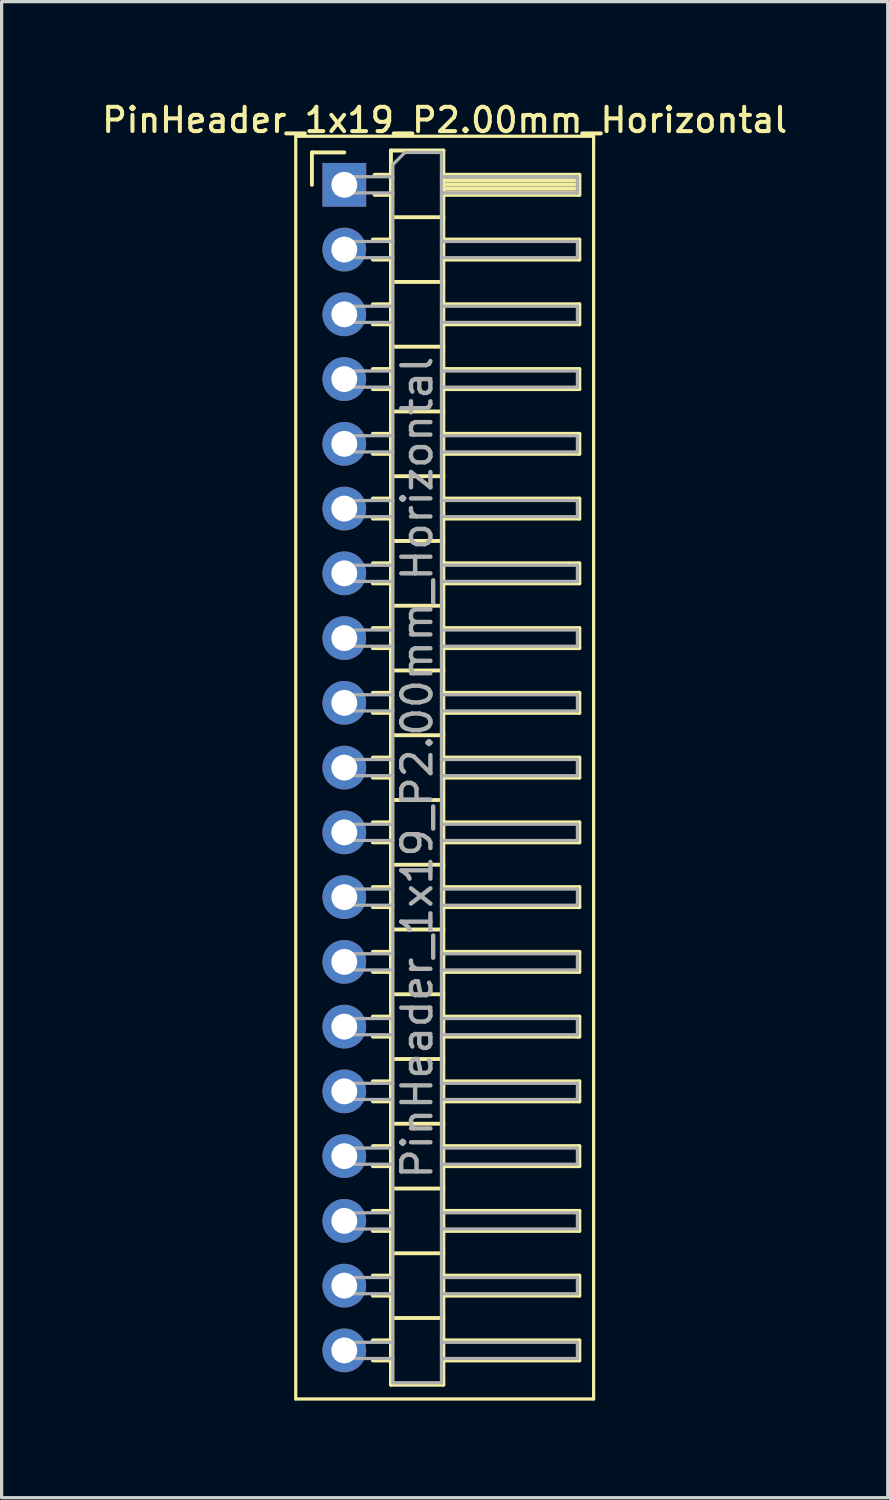
<source format=kicad_pcb>
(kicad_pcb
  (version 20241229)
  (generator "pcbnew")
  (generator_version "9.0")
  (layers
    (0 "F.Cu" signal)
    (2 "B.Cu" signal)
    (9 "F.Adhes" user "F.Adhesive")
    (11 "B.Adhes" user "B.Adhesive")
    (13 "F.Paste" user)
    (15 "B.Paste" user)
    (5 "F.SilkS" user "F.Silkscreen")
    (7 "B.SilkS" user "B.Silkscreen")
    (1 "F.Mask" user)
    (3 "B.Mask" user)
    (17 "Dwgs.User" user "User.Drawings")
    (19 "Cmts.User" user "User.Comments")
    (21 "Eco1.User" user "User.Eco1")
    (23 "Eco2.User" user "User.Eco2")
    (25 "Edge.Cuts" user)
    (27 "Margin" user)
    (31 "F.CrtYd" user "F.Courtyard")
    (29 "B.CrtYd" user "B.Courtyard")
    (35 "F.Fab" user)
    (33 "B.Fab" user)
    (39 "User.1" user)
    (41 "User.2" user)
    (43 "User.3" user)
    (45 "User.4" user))
  (footprint "PinHeader_1x19_P2.00mm_Horizontal"
    (layer "F.Cu")
    (at 7.584 2.658)
    (property "Reference" "PinHeader_1x19_P2.00mm_Horizontal" (at 3.1 -2 0) (layer "F.SilkS") (effects (font (size 0.75 0.75) (thickness 0.125))))
    (attr through_hole)
    (fp_line (start -1.5 -1.5) (end -1.5 37.5) (stroke (width 0.1) (type solid)) (layer "F.SilkS"))
    (fp_line (start -1.5 37.5) (end 7.7 37.5) (stroke (width 0.1) (type solid)) (layer "F.SilkS"))
    (fp_line (start -1 -1) (end 0 -1) (stroke (width 0.12) (type solid)) (layer "F.SilkS"))
    (fp_line (start -1 0) (end -1 -1) (stroke (width 0.12) (type solid)) (layer "F.SilkS"))
    (fp_line (start 0.882 1.69) (end 1.44 1.69) (stroke (width 0.12) (type solid)) (layer "F.SilkS"))
    (fp_line (start 0.882 2.31) (end 1.44 2.31) (stroke (width 0.12) (type solid)) (layer "F.SilkS"))
    (fp_line (start 0.882 3.69) (end 1.44 3.69) (stroke (width 0.12) (type solid)) (layer "F.SilkS"))
    (fp_line (start 0.882 4.31) (end 1.44 4.31) (stroke (width 0.12) (type solid)) (layer "F.SilkS"))
    (fp_line (start 0.882 5.69) (end 1.44 5.69) (stroke (width 0.12) (type solid)) (layer "F.SilkS"))
    (fp_line (start 0.882 6.31) (end 1.44 6.31) (stroke (width 0.12) (type solid)) (layer "F.SilkS"))
    (fp_line (start 0.882 7.69) (end 1.44 7.69) (stroke (width 0.12) (type solid)) (layer "F.SilkS"))
    (fp_line (start 0.882 8.31) (end 1.44 8.31) (stroke (width 0.12) (type solid)) (layer "F.SilkS"))
    (fp_line (start 0.882 9.69) (end 1.44 9.69) (stroke (width 0.12) (type solid)) (layer "F.SilkS"))
    (fp_line (start 0.882 10.31) (end 1.44 10.31) (stroke (width 0.12) (type solid)) (layer "F.SilkS"))
    (fp_line (start 0.882 11.69) (end 1.44 11.69) (stroke (width 0.12) (type solid)) (layer "F.SilkS"))
    (fp_line (start 0.882 12.31) (end 1.44 12.31) (stroke (width 0.12) (type solid)) (layer "F.SilkS"))
    (fp_line (start 0.882 13.69) (end 1.44 13.69) (stroke (width 0.12) (type solid)) (layer "F.SilkS"))
    (fp_line (start 0.882 14.31) (end 1.44 14.31) (stroke (width 0.12) (type solid)) (layer "F.SilkS"))
    (fp_line (start 0.882 15.69) (end 1.44 15.69) (stroke (width 0.12) (type solid)) (layer "F.SilkS"))
    (fp_line (start 0.882 16.31) (end 1.44 16.31) (stroke (width 0.12) (type solid)) (layer "F.SilkS"))
    (fp_line (start 0.882 17.69) (end 1.44 17.69) (stroke (width 0.12) (type solid)) (layer "F.SilkS"))
    (fp_line (start 0.882 18.31) (end 1.44 18.31) (stroke (width 0.12) (type solid)) (layer "F.SilkS"))
    (fp_line (start 0.882 19.69) (end 1.44 19.69) (stroke (width 0.12) (type solid)) (layer "F.SilkS"))
    (fp_line (start 0.882 20.31) (end 1.44 20.31) (stroke (width 0.12) (type solid)) (layer "F.SilkS"))
    (fp_line (start 0.882 21.69) (end 1.44 21.69) (stroke (width 0.12) (type solid)) (layer "F.SilkS"))
    (fp_line (start 0.882 22.31) (end 1.44 22.31) (stroke (width 0.12) (type solid)) (layer "F.SilkS"))
    (fp_line (start 0.882 23.69) (end 1.44 23.69) (stroke (width 0.12) (type solid)) (layer "F.SilkS"))
    (fp_line (start 0.882 24.31) (end 1.44 24.31) (stroke (width 0.12) (type solid)) (layer "F.SilkS"))
    (fp_line (start 0.882 25.69) (end 1.44 25.69) (stroke (width 0.12) (type solid)) (layer "F.SilkS"))
    (fp_line (start 0.882 26.31) (end 1.44 26.31) (stroke (width 0.12) (type solid)) (layer "F.SilkS"))
    (fp_line (start 0.882 27.69) (end 1.44 27.69) (stroke (width 0.12) (type solid)) (layer "F.SilkS"))
    (fp_line (start 0.882 28.31) (end 1.44 28.31) (stroke (width 0.12) (type solid)) (layer "F.SilkS"))
    (fp_line (start 0.882 29.69) (end 1.44 29.69) (stroke (width 0.12) (type solid)) (layer "F.SilkS"))
    (fp_line (start 0.882 30.31) (end 1.44 30.31) (stroke (width 0.12) (type solid)) (layer "F.SilkS"))
    (fp_line (start 0.882 31.69) (end 1.44 31.69) (stroke (width 0.12) (type solid)) (layer "F.SilkS"))
    (fp_line (start 0.882 32.31) (end 1.44 32.31) (stroke (width 0.12) (type solid)) (layer "F.SilkS"))
    (fp_line (start 0.882 33.69) (end 1.44 33.69) (stroke (width 0.12) (type solid)) (layer "F.SilkS"))
    (fp_line (start 0.882 34.31) (end 1.44 34.31) (stroke (width 0.12) (type solid)) (layer "F.SilkS"))
    (fp_line (start 0.882 35.69) (end 1.44 35.69) (stroke (width 0.12) (type solid)) (layer "F.SilkS"))
    (fp_line (start 0.882 36.31) (end 1.44 36.31) (stroke (width 0.12) (type solid)) (layer "F.SilkS"))
    (fp_line (start 0.935 -0.31) (end 1.44 -0.31) (stroke (width 0.12) (type solid)) (layer "F.SilkS"))
    (fp_line (start 0.935 0.31) (end 1.44 0.31) (stroke (width 0.12) (type solid)) (layer "F.SilkS"))
    (fp_line (start 1.44 -1.06) (end 1.44 37.06) (stroke (width 0.12) (type solid)) (layer "F.SilkS"))
    (fp_line (start 1.44 1) (end 3.06 1) (stroke (width 0.12) (type solid)) (layer "F.SilkS"))
    (fp_line (start 1.44 3) (end 3.06 3) (stroke (width 0.12) (type solid)) (layer "F.SilkS"))
    (fp_line (start 1.44 5) (end 3.06 5) (stroke (width 0.12) (type solid)) (layer "F.SilkS"))
    (fp_line (start 1.44 7) (end 3.06 7) (stroke (width 0.12) (type solid)) (layer "F.SilkS"))
    (fp_line (start 1.44 9) (end 3.06 9) (stroke (width 0.12) (type solid)) (layer "F.SilkS"))
    (fp_line (start 1.44 11) (end 3.06 11) (stroke (width 0.12) (type solid)) (layer "F.SilkS"))
    (fp_line (start 1.44 13) (end 3.06 13) (stroke (width 0.12) (type solid)) (layer "F.SilkS"))
    (fp_line (start 1.44 15) (end 3.06 15) (stroke (width 0.12) (type solid)) (layer "F.SilkS"))
    (fp_line (start 1.44 17) (end 3.06 17) (stroke (width 0.12) (type solid)) (layer "F.SilkS"))
    (fp_line (start 1.44 19) (end 3.06 19) (stroke (width 0.12) (type solid)) (layer "F.SilkS"))
    (fp_line (start 1.44 21) (end 3.06 21) (stroke (width 0.12) (type solid)) (layer "F.SilkS"))
    (fp_line (start 1.44 23) (end 3.06 23) (stroke (width 0.12) (type solid)) (layer "F.SilkS"))
    (fp_line (start 1.44 25) (end 3.06 25) (stroke (width 0.12) (type solid)) (layer "F.SilkS"))
    (fp_line (start 1.44 27) (end 3.06 27) (stroke (width 0.12) (type solid)) (layer "F.SilkS"))
    (fp_line (start 1.44 29) (end 3.06 29) (stroke (width 0.12) (type solid)) (layer "F.SilkS"))
    (fp_line (start 1.44 31) (end 3.06 31) (stroke (width 0.12) (type solid)) (layer "F.SilkS"))
    (fp_line (start 1.44 33) (end 3.06 33) (stroke (width 0.12) (type solid)) (layer "F.SilkS"))
    (fp_line (start 1.44 35) (end 3.06 35) (stroke (width 0.12) (type solid)) (layer "F.SilkS"))
    (fp_line (start 1.44 37.06) (end 3.06 37.06) (stroke (width 0.12) (type solid)) (layer "F.SilkS"))
    (fp_line (start 3.06 -1.06) (end 1.44 -1.06) (stroke (width 0.12) (type solid)) (layer "F.SilkS"))
    (fp_line (start 3.06 -0.31) (end 7.26 -0.31) (stroke (width 0.12) (type solid)) (layer "F.SilkS"))
    (fp_line (start 3.06 -0.25) (end 7.26 -0.25) (stroke (width 0.12) (type solid)) (layer "F.SilkS"))
    (fp_line (start 3.06 -0.13) (end 7.26 -0.13) (stroke (width 0.12) (type solid)) (layer "F.SilkS"))
    (fp_line (start 3.06 -0.01) (end 7.26 -0.01) (stroke (width 0.12) (type solid)) (layer "F.SilkS"))
    (fp_line (start 3.06 0.11) (end 7.26 0.11) (stroke (width 0.12) (type solid)) (layer "F.SilkS"))
    (fp_line (start 3.06 0.23) (end 7.26 0.23) (stroke (width 0.12) (type solid)) (layer "F.SilkS"))
    (fp_line (start 3.06 1.69) (end 7.26 1.69) (stroke (width 0.12) (type solid)) (layer "F.SilkS"))
    (fp_line (start 3.06 3.69) (end 7.26 3.69) (stroke (width 0.12) (type solid)) (layer "F.SilkS"))
    (fp_line (start 3.06 5.69) (end 7.26 5.69) (stroke (width 0.12) (type solid)) (layer "F.SilkS"))
    (fp_line (start 3.06 7.69) (end 7.26 7.69) (stroke (width 0.12) (type solid)) (layer "F.SilkS"))
    (fp_line (start 3.06 9.69) (end 7.26 9.69) (stroke (width 0.12) (type solid)) (layer "F.SilkS"))
    (fp_line (start 3.06 11.69) (end 7.26 11.69) (stroke (width 0.12) (type solid)) (layer "F.SilkS"))
    (fp_line (start 3.06 13.69) (end 7.26 13.69) (stroke (width 0.12) (type solid)) (layer "F.SilkS"))
    (fp_line (start 3.06 15.69) (end 7.26 15.69) (stroke (width 0.12) (type solid)) (layer "F.SilkS"))
    (fp_line (start 3.06 17.69) (end 7.26 17.69) (stroke (width 0.12) (type solid)) (layer "F.SilkS"))
    (fp_line (start 3.06 19.69) (end 7.26 19.69) (stroke (width 0.12) (type solid)) (layer "F.SilkS"))
    (fp_line (start 3.06 21.69) (end 7.26 21.69) (stroke (width 0.12) (type solid)) (layer "F.SilkS"))
    (fp_line (start 3.06 23.69) (end 7.26 23.69) (stroke (width 0.12) (type solid)) (layer "F.SilkS"))
    (fp_line (start 3.06 25.69) (end 7.26 25.69) (stroke (width 0.12) (type solid)) (layer "F.SilkS"))
    (fp_line (start 3.06 27.69) (end 7.26 27.69) (stroke (width 0.12) (type solid)) (layer "F.SilkS"))
    (fp_line (start 3.06 29.69) (end 7.26 29.69) (stroke (width 0.12) (type solid)) (layer "F.SilkS"))
    (fp_line (start 3.06 31.69) (end 7.26 31.69) (stroke (width 0.12) (type solid)) (layer "F.SilkS"))
    (fp_line (start 3.06 33.69) (end 7.26 33.69) (stroke (width 0.12) (type solid)) (layer "F.SilkS"))
    (fp_line (start 3.06 35.69) (end 7.26 35.69) (stroke (width 0.12) (type solid)) (layer "F.SilkS"))
    (fp_line (start 3.06 37.06) (end 3.06 -1.06) (stroke (width 0.12) (type solid)) (layer "F.SilkS"))
    (fp_line (start 7.26 -0.31) (end 7.26 0.31) (stroke (width 0.12) (type solid)) (layer "F.SilkS"))
    (fp_line (start 7.26 0.31) (end 3.06 0.31) (stroke (width 0.12) (type solid)) (layer "F.SilkS"))
    (fp_line (start 7.26 1.69) (end 7.26 2.31) (stroke (width 0.12) (type solid)) (layer "F.SilkS"))
    (fp_line (start 7.26 2.31) (end 3.06 2.31) (stroke (width 0.12) (type solid)) (layer "F.SilkS"))
    (fp_line (start 7.26 3.69) (end 7.26 4.31) (stroke (width 0.12) (type solid)) (layer "F.SilkS"))
    (fp_line (start 7.26 4.31) (end 3.06 4.31) (stroke (width 0.12) (type solid)) (layer "F.SilkS"))
    (fp_line (start 7.26 5.69) (end 7.26 6.31) (stroke (width 0.12) (type solid)) (layer "F.SilkS"))
    (fp_line (start 7.26 6.31) (end 3.06 6.31) (stroke (width 0.12) (type solid)) (layer "F.SilkS"))
    (fp_line (start 7.26 7.69) (end 7.26 8.31) (stroke (width 0.12) (type solid)) (layer "F.SilkS"))
    (fp_line (start 7.26 8.31) (end 3.06 8.31) (stroke (width 0.12) (type solid)) (layer "F.SilkS"))
    (fp_line (start 7.26 9.69) (end 7.26 10.31) (stroke (width 0.12) (type solid)) (layer "F.SilkS"))
    (fp_line (start 7.26 10.31) (end 3.06 10.31) (stroke (width 0.12) (type solid)) (layer "F.SilkS"))
    (fp_line (start 7.26 11.69) (end 7.26 12.31) (stroke (width 0.12) (type solid)) (layer "F.SilkS"))
    (fp_line (start 7.26 12.31) (end 3.06 12.31) (stroke (width 0.12) (type solid)) (layer "F.SilkS"))
    (fp_line (start 7.26 13.69) (end 7.26 14.31) (stroke (width 0.12) (type solid)) (layer "F.SilkS"))
    (fp_line (start 7.26 14.31) (end 3.06 14.31) (stroke (width 0.12) (type solid)) (layer "F.SilkS"))
    (fp_line (start 7.26 15.69) (end 7.26 16.31) (stroke (width 0.12) (type solid)) (layer "F.SilkS"))
    (fp_line (start 7.26 16.31) (end 3.06 16.31) (stroke (width 0.12) (type solid)) (layer "F.SilkS"))
    (fp_line (start 7.26 17.69) (end 7.26 18.31) (stroke (width 0.12) (type solid)) (layer "F.SilkS"))
    (fp_line (start 7.26 18.31) (end 3.06 18.31) (stroke (width 0.12) (type solid)) (layer "F.SilkS"))
    (fp_line (start 7.26 19.69) (end 7.26 20.31) (stroke (width 0.12) (type solid)) (layer "F.SilkS"))
    (fp_line (start 7.26 20.31) (end 3.06 20.31) (stroke (width 0.12) (type solid)) (layer "F.SilkS"))
    (fp_line (start 7.26 21.69) (end 7.26 22.31) (stroke (width 0.12) (type solid)) (layer "F.SilkS"))
    (fp_line (start 7.26 22.31) (end 3.06 22.31) (stroke (width 0.12) (type solid)) (layer "F.SilkS"))
    (fp_line (start 7.26 23.69) (end 7.26 24.31) (stroke (width 0.12) (type solid)) (layer "F.SilkS"))
    (fp_line (start 7.26 24.31) (end 3.06 24.31) (stroke (width 0.12) (type solid)) (layer "F.SilkS"))
    (fp_line (start 7.26 25.69) (end 7.26 26.31) (stroke (width 0.12) (type solid)) (layer "F.SilkS"))
    (fp_line (start 7.26 26.31) (end 3.06 26.31) (stroke (width 0.12) (type solid)) (layer "F.SilkS"))
    (fp_line (start 7.26 27.69) (end 7.26 28.31) (stroke (width 0.12) (type solid)) (layer "F.SilkS"))
    (fp_line (start 7.26 28.31) (end 3.06 28.31) (stroke (width 0.12) (type solid)) (layer "F.SilkS"))
    (fp_line (start 7.26 29.69) (end 7.26 30.31) (stroke (width 0.12) (type solid)) (layer "F.SilkS"))
    (fp_line (start 7.26 30.31) (end 3.06 30.31) (stroke (width 0.12) (type solid)) (layer "F.SilkS"))
    (fp_line (start 7.26 31.69) (end 7.26 32.31) (stroke (width 0.12) (type solid)) (layer "F.SilkS"))
    (fp_line (start 7.26 32.31) (end 3.06 32.31) (stroke (width 0.12) (type solid)) (layer "F.SilkS"))
    (fp_line (start 7.26 33.69) (end 7.26 34.31) (stroke (width 0.12) (type solid)) (layer "F.SilkS"))
    (fp_line (start 7.26 34.31) (end 3.06 34.31) (stroke (width 0.12) (type solid)) (layer "F.SilkS"))
    (fp_line (start 7.26 35.69) (end 7.26 36.31) (stroke (width 0.12) (type solid)) (layer "F.SilkS"))
    (fp_line (start 7.26 36.31) (end 3.06 36.31) (stroke (width 0.12) (type solid)) (layer "F.SilkS"))
    (fp_line (start 7.7 -1.5) (end -1.5 -1.5) (stroke (width 0.1) (type solid)) (layer "F.SilkS"))
    (fp_line (start 7.7 37.5) (end 7.7 -1.5) (stroke (width 0.1) (type solid)) (layer "F.SilkS"))
    (fp_line (start -0.25 -0.25) (end -0.25 0.25) (stroke (width 0.1) (type solid)) (layer "F.Fab"))
    (fp_line (start -0.25 -0.25) (end 1.5 -0.25) (stroke (width 0.1) (type solid)) (layer "F.Fab"))
    (fp_line (start -0.25 0.25) (end 1.5 0.25) (stroke (width 0.1) (type solid)) (layer "F.Fab"))
    (fp_line (start -0.25 1.75) (end -0.25 2.25) (stroke (width 0.1) (type solid)) (layer "F.Fab"))
    (fp_line (start -0.25 1.75) (end 1.5 1.75) (stroke (width 0.1) (type solid)) (layer "F.Fab"))
    (fp_line (start -0.25 2.25) (end 1.5 2.25) (stroke (width 0.1) (type solid)) (layer "F.Fab"))
    (fp_line (start -0.25 3.75) (end -0.25 4.25) (stroke (width 0.1) (type solid)) (layer "F.Fab"))
    (fp_line (start -0.25 3.75) (end 1.5 3.75) (stroke (width 0.1) (type solid)) (layer "F.Fab"))
    (fp_line (start -0.25 4.25) (end 1.5 4.25) (stroke (width 0.1) (type solid)) (layer "F.Fab"))
    (fp_line (start -0.25 5.75) (end -0.25 6.25) (stroke (width 0.1) (type solid)) (layer "F.Fab"))
    (fp_line (start -0.25 5.75) (end 1.5 5.75) (stroke (width 0.1) (type solid)) (layer "F.Fab"))
    (fp_line (start -0.25 6.25) (end 1.5 6.25) (stroke (width 0.1) (type solid)) (layer "F.Fab"))
    (fp_line (start -0.25 7.75) (end -0.25 8.25) (stroke (width 0.1) (type solid)) (layer "F.Fab"))
    (fp_line (start -0.25 7.75) (end 1.5 7.75) (stroke (width 0.1) (type solid)) (layer "F.Fab"))
    (fp_line (start -0.25 8.25) (end 1.5 8.25) (stroke (width 0.1) (type solid)) (layer "F.Fab"))
    (fp_line (start -0.25 9.75) (end -0.25 10.25) (stroke (width 0.1) (type solid)) (layer "F.Fab"))
    (fp_line (start -0.25 9.75) (end 1.5 9.75) (stroke (width 0.1) (type solid)) (layer "F.Fab"))
    (fp_line (start -0.25 10.25) (end 1.5 10.25) (stroke (width 0.1) (type solid)) (layer "F.Fab"))
    (fp_line (start -0.25 11.75) (end -0.25 12.25) (stroke (width 0.1) (type solid)) (layer "F.Fab"))
    (fp_line (start -0.25 11.75) (end 1.5 11.75) (stroke (width 0.1) (type solid)) (layer "F.Fab"))
    (fp_line (start -0.25 12.25) (end 1.5 12.25) (stroke (width 0.1) (type solid)) (layer "F.Fab"))
    (fp_line (start -0.25 13.75) (end -0.25 14.25) (stroke (width 0.1) (type solid)) (layer "F.Fab"))
    (fp_line (start -0.25 13.75) (end 1.5 13.75) (stroke (width 0.1) (type solid)) (layer "F.Fab"))
    (fp_line (start -0.25 14.25) (end 1.5 14.25) (stroke (width 0.1) (type solid)) (layer "F.Fab"))
    (fp_line (start -0.25 15.75) (end -0.25 16.25) (stroke (width 0.1) (type solid)) (layer "F.Fab"))
    (fp_line (start -0.25 15.75) (end 1.5 15.75) (stroke (width 0.1) (type solid)) (layer "F.Fab"))
    (fp_line (start -0.25 16.25) (end 1.5 16.25) (stroke (width 0.1) (type solid)) (layer "F.Fab"))
    (fp_line (start -0.25 17.75) (end -0.25 18.25) (stroke (width 0.1) (type solid)) (layer "F.Fab"))
    (fp_line (start -0.25 17.75) (end 1.5 17.75) (stroke (width 0.1) (type solid)) (layer "F.Fab"))
    (fp_line (start -0.25 18.25) (end 1.5 18.25) (stroke (width 0.1) (type solid)) (layer "F.Fab"))
    (fp_line (start -0.25 19.75) (end -0.25 20.25) (stroke (width 0.1) (type solid)) (layer "F.Fab"))
    (fp_line (start -0.25 19.75) (end 1.5 19.75) (stroke (width 0.1) (type solid)) (layer "F.Fab"))
    (fp_line (start -0.25 20.25) (end 1.5 20.25) (stroke (width 0.1) (type solid)) (layer "F.Fab"))
    (fp_line (start -0.25 21.75) (end -0.25 22.25) (stroke (width 0.1) (type solid)) (layer "F.Fab"))
    (fp_line (start -0.25 21.75) (end 1.5 21.75) (stroke (width 0.1) (type solid)) (layer "F.Fab"))
    (fp_line (start -0.25 22.25) (end 1.5 22.25) (stroke (width 0.1) (type solid)) (layer "F.Fab"))
    (fp_line (start -0.25 23.75) (end -0.25 24.25) (stroke (width 0.1) (type solid)) (layer "F.Fab"))
    (fp_line (start -0.25 23.75) (end 1.5 23.75) (stroke (width 0.1) (type solid)) (layer "F.Fab"))
    (fp_line (start -0.25 24.25) (end 1.5 24.25) (stroke (width 0.1) (type solid)) (layer "F.Fab"))
    (fp_line (start -0.25 25.75) (end -0.25 26.25) (stroke (width 0.1) (type solid)) (layer "F.Fab"))
    (fp_line (start -0.25 25.75) (end 1.5 25.75) (stroke (width 0.1) (type solid)) (layer "F.Fab"))
    (fp_line (start -0.25 26.25) (end 1.5 26.25) (stroke (width 0.1) (type solid)) (layer "F.Fab"))
    (fp_line (start -0.25 27.75) (end -0.25 28.25) (stroke (width 0.1) (type solid)) (layer "F.Fab"))
    (fp_line (start -0.25 27.75) (end 1.5 27.75) (stroke (width 0.1) (type solid)) (layer "F.Fab"))
    (fp_line (start -0.25 28.25) (end 1.5 28.25) (stroke (width 0.1) (type solid)) (layer "F.Fab"))
    (fp_line (start -0.25 29.75) (end -0.25 30.25) (stroke (width 0.1) (type solid)) (layer "F.Fab"))
    (fp_line (start -0.25 29.75) (end 1.5 29.75) (stroke (width 0.1) (type solid)) (layer "F.Fab"))
    (fp_line (start -0.25 30.25) (end 1.5 30.25) (stroke (width 0.1) (type solid)) (layer "F.Fab"))
    (fp_line (start -0.25 31.75) (end -0.25 32.25) (stroke (width 0.1) (type solid)) (layer "F.Fab"))
    (fp_line (start -0.25 31.75) (end 1.5 31.75) (stroke (width 0.1) (type solid)) (layer "F.Fab"))
    (fp_line (start -0.25 32.25) (end 1.5 32.25) (stroke (width 0.1) (type solid)) (layer "F.Fab"))
    (fp_line (start -0.25 33.75) (end -0.25 34.25) (stroke (width 0.1) (type solid)) (layer "F.Fab"))
    (fp_line (start -0.25 33.75) (end 1.5 33.75) (stroke (width 0.1) (type solid)) (layer "F.Fab"))
    (fp_line (start -0.25 34.25) (end 1.5 34.25) (stroke (width 0.1) (type solid)) (layer "F.Fab"))
    (fp_line (start -0.25 35.75) (end -0.25 36.25) (stroke (width 0.1) (type solid)) (layer "F.Fab"))
    (fp_line (start -0.25 35.75) (end 1.5 35.75) (stroke (width 0.1) (type solid)) (layer "F.Fab"))
    (fp_line (start -0.25 36.25) (end 1.5 36.25) (stroke (width 0.1) (type solid)) (layer "F.Fab"))
    (fp_line (start 1.5 -0.625) (end 1.875 -1) (stroke (width 0.1) (type solid)) (layer "F.Fab"))
    (fp_line (start 1.5 37) (end 1.5 -0.625) (stroke (width 0.1) (type solid)) (layer "F.Fab"))
    (fp_line (start 1.875 -1) (end 3 -1) (stroke (width 0.1) (type solid)) (layer "F.Fab"))
    (fp_line (start 3 -1) (end 3 37) (stroke (width 0.1) (type solid)) (layer "F.Fab"))
    (fp_line (start 3 -0.25) (end 7.2 -0.25) (stroke (width 0.1) (type solid)) (layer "F.Fab"))
    (fp_line (start 3 0.25) (end 7.2 0.25) (stroke (width 0.1) (type solid)) (layer "F.Fab"))
    (fp_line (start 3 1.75) (end 7.2 1.75) (stroke (width 0.1) (type solid)) (layer "F.Fab"))
    (fp_line (start 3 2.25) (end 7.2 2.25) (stroke (width 0.1) (type solid)) (layer "F.Fab"))
    (fp_line (start 3 3.75) (end 7.2 3.75) (stroke (width 0.1) (type solid)) (layer "F.Fab"))
    (fp_line (start 3 4.25) (end 7.2 4.25) (stroke (width 0.1) (type solid)) (layer "F.Fab"))
    (fp_line (start 3 5.75) (end 7.2 5.75) (stroke (width 0.1) (type solid)) (layer "F.Fab"))
    (fp_line (start 3 6.25) (end 7.2 6.25) (stroke (width 0.1) (type solid)) (layer "F.Fab"))
    (fp_line (start 3 7.75) (end 7.2 7.75) (stroke (width 0.1) (type solid)) (layer "F.Fab"))
    (fp_line (start 3 8.25) (end 7.2 8.25) (stroke (width 0.1) (type solid)) (layer "F.Fab"))
    (fp_line (start 3 9.75) (end 7.2 9.75) (stroke (width 0.1) (type solid)) (layer "F.Fab"))
    (fp_line (start 3 10.25) (end 7.2 10.25) (stroke (width 0.1) (type solid)) (layer "F.Fab"))
    (fp_line (start 3 11.75) (end 7.2 11.75) (stroke (width 0.1) (type solid)) (layer "F.Fab"))
    (fp_line (start 3 12.25) (end 7.2 12.25) (stroke (width 0.1) (type solid)) (layer "F.Fab"))
    (fp_line (start 3 13.75) (end 7.2 13.75) (stroke (width 0.1) (type solid)) (layer "F.Fab"))
    (fp_line (start 3 14.25) (end 7.2 14.25) (stroke (width 0.1) (type solid)) (layer "F.Fab"))
    (fp_line (start 3 15.75) (end 7.2 15.75) (stroke (width 0.1) (type solid)) (layer "F.Fab"))
    (fp_line (start 3 16.25) (end 7.2 16.25) (stroke (width 0.1) (type solid)) (layer "F.Fab"))
    (fp_line (start 3 17.75) (end 7.2 17.75) (stroke (width 0.1) (type solid)) (layer "F.Fab"))
    (fp_line (start 3 18.25) (end 7.2 18.25) (stroke (width 0.1) (type solid)) (layer "F.Fab"))
    (fp_line (start 3 19.75) (end 7.2 19.75) (stroke (width 0.1) (type solid)) (layer "F.Fab"))
    (fp_line (start 3 20.25) (end 7.2 20.25) (stroke (width 0.1) (type solid)) (layer "F.Fab"))
    (fp_line (start 3 21.75) (end 7.2 21.75) (stroke (width 0.1) (type solid)) (layer "F.Fab"))
    (fp_line (start 3 22.25) (end 7.2 22.25) (stroke (width 0.1) (type solid)) (layer "F.Fab"))
    (fp_line (start 3 23.75) (end 7.2 23.75) (stroke (width 0.1) (type solid)) (layer "F.Fab"))
    (fp_line (start 3 24.25) (end 7.2 24.25) (stroke (width 0.1) (type solid)) (layer "F.Fab"))
    (fp_line (start 3 25.75) (end 7.2 25.75) (stroke (width 0.1) (type solid)) (layer "F.Fab"))
    (fp_line (start 3 26.25) (end 7.2 26.25) (stroke (width 0.1) (type solid)) (layer "F.Fab"))
    (fp_line (start 3 27.75) (end 7.2 27.75) (stroke (width 0.1) (type solid)) (layer "F.Fab"))
    (fp_line (start 3 28.25) (end 7.2 28.25) (stroke (width 0.1) (type solid)) (layer "F.Fab"))
    (fp_line (start 3 29.75) (end 7.2 29.75) (stroke (width 0.1) (type solid)) (layer "F.Fab"))
    (fp_line (start 3 30.25) (end 7.2 30.25) (stroke (width 0.1) (type solid)) (layer "F.Fab"))
    (fp_line (start 3 31.75) (end 7.2 31.75) (stroke (width 0.1) (type solid)) (layer "F.Fab"))
    (fp_line (start 3 32.25) (end 7.2 32.25) (stroke (width 0.1) (type solid)) (layer "F.Fab"))
    (fp_line (start 3 33.75) (end 7.2 33.75) (stroke (width 0.1) (type solid)) (layer "F.Fab"))
    (fp_line (start 3 34.25) (end 7.2 34.25) (stroke (width 0.1) (type solid)) (layer "F.Fab"))
    (fp_line (start 3 35.75) (end 7.2 35.75) (stroke (width 0.1) (type solid)) (layer "F.Fab"))
    (fp_line (start 3 36.25) (end 7.2 36.25) (stroke (width 0.1) (type solid)) (layer "F.Fab"))
    (fp_line (start 3 37) (end 1.5 37) (stroke (width 0.1) (type solid)) (layer "F.Fab"))
    (fp_line (start 7.2 -0.25) (end 7.2 0.25) (stroke (width 0.1) (type solid)) (layer "F.Fab"))
    (fp_line (start 7.2 1.75) (end 7.2 2.25) (stroke (width 0.1) (type solid)) (layer "F.Fab"))
    (fp_line (start 7.2 3.75) (end 7.2 4.25) (stroke (width 0.1) (type solid)) (layer "F.Fab"))
    (fp_line (start 7.2 5.75) (end 7.2 6.25) (stroke (width 0.1) (type solid)) (layer "F.Fab"))
    (fp_line (start 7.2 7.75) (end 7.2 8.25) (stroke (width 0.1) (type solid)) (layer "F.Fab"))
    (fp_line (start 7.2 9.75) (end 7.2 10.25) (stroke (width 0.1) (type solid)) (layer "F.Fab"))
    (fp_line (start 7.2 11.75) (end 7.2 12.25) (stroke (width 0.1) (type solid)) (layer "F.Fab"))
    (fp_line (start 7.2 13.75) (end 7.2 14.25) (stroke (width 0.1) (type solid)) (layer "F.Fab"))
    (fp_line (start 7.2 15.75) (end 7.2 16.25) (stroke (width 0.1) (type solid)) (layer "F.Fab"))
    (fp_line (start 7.2 17.75) (end 7.2 18.25) (stroke (width 0.1) (type solid)) (layer "F.Fab"))
    (fp_line (start 7.2 19.75) (end 7.2 20.25) (stroke (width 0.1) (type solid)) (layer "F.Fab"))
    (fp_line (start 7.2 21.75) (end 7.2 22.25) (stroke (width 0.1) (type solid)) (layer "F.Fab"))
    (fp_line (start 7.2 23.75) (end 7.2 24.25) (stroke (width 0.1) (type solid)) (layer "F.Fab"))
    (fp_line (start 7.2 25.75) (end 7.2 26.25) (stroke (width 0.1) (type solid)) (layer "F.Fab"))
    (fp_line (start 7.2 27.75) (end 7.2 28.25) (stroke (width 0.1) (type solid)) (layer "F.Fab"))
    (fp_line (start 7.2 29.75) (end 7.2 30.25) (stroke (width 0.1) (type solid)) (layer "F.Fab"))
    (fp_line (start 7.2 31.75) (end 7.2 32.25) (stroke (width 0.1) (type solid)) (layer "F.Fab"))
    (fp_line (start 7.2 33.75) (end 7.2 34.25) (stroke (width 0.1) (type solid)) (layer "F.Fab"))
    (fp_line (start 7.2 35.75) (end 7.2 36.25) (stroke (width 0.1) (type solid)) (layer "F.Fab"))
    (fp_text user "${REFERENCE}" (at 2.25 18 90) (layer "F.Fab") (effects (font (size 0.9 0.9) (thickness 0.135))))
    (pad "1" thru_hole rect (at 0 0) (size 1.35 1.35) (drill 0.8) (layers "*.Cu" "*.Mask"))
    (pad "2" thru_hole oval (at 0 2) (size 1.35 1.35) (drill 0.8) (layers "*.Cu" "*.Mask"))
    (pad "3" thru_hole oval (at 0 4) (size 1.35 1.35) (drill 0.8) (layers "*.Cu" "*.Mask"))
    (pad "4" thru_hole oval (at 0 6) (size 1.35 1.35) (drill 0.8) (layers "*.Cu" "*.Mask"))
    (pad "5" thru_hole oval (at 0 8) (size 1.35 1.35) (drill 0.8) (layers "*.Cu" "*.Mask"))
    (pad "6" thru_hole oval (at 0 10) (size 1.35 1.35) (drill 0.8) (layers "*.Cu" "*.Mask"))
    (pad "7" thru_hole oval (at 0 12) (size 1.35 1.35) (drill 0.8) (layers "*.Cu" "*.Mask"))
    (pad "8" thru_hole oval (at 0 14) (size 1.35 1.35) (drill 0.8) (layers "*.Cu" "*.Mask"))
    (pad "9" thru_hole oval (at 0 16) (size 1.35 1.35) (drill 0.8) (layers "*.Cu" "*.Mask"))
    (pad "10" thru_hole oval (at 0 18) (size 1.35 1.35) (drill 0.8) (layers "*.Cu" "*.Mask"))
    (pad "11" thru_hole oval (at 0 20) (size 1.35 1.35) (drill 0.8) (layers "*.Cu" "*.Mask"))
    (pad "12" thru_hole oval (at 0 22) (size 1.35 1.35) (drill 0.8) (layers "*.Cu" "*.Mask"))
    (pad "13" thru_hole oval (at 0 24) (size 1.35 1.35) (drill 0.8) (layers "*.Cu" "*.Mask"))
    (pad "14" thru_hole oval (at 0 26) (size 1.35 1.35) (drill 0.8) (layers "*.Cu" "*.Mask"))
    (pad "15" thru_hole oval (at 0 28) (size 1.35 1.35) (drill 0.8) (layers "*.Cu" "*.Mask"))
    (pad "16" thru_hole oval (at 0 30) (size 1.35 1.35) (drill 0.8) (layers "*.Cu" "*.Mask"))
    (pad "17" thru_hole oval (at 0 32) (size 1.35 1.35) (drill 0.8) (layers "*.Cu" "*.Mask"))
    (pad "18" thru_hole oval (at 0 34) (size 1.35 1.35) (drill 0.8) (layers "*.Cu" "*.Mask"))
    (pad "19" thru_hole oval (at 0 36) (size 1.35 1.35) (drill 0.8) (layers "*.Cu" "*.Mask")))
  (gr_rect
    (start -3 -3)
    (end 24.368 43.208)
    (stroke (width 0.1) (type default))
    (fill no)
    (layer "Edge.Cuts")))
</source>
